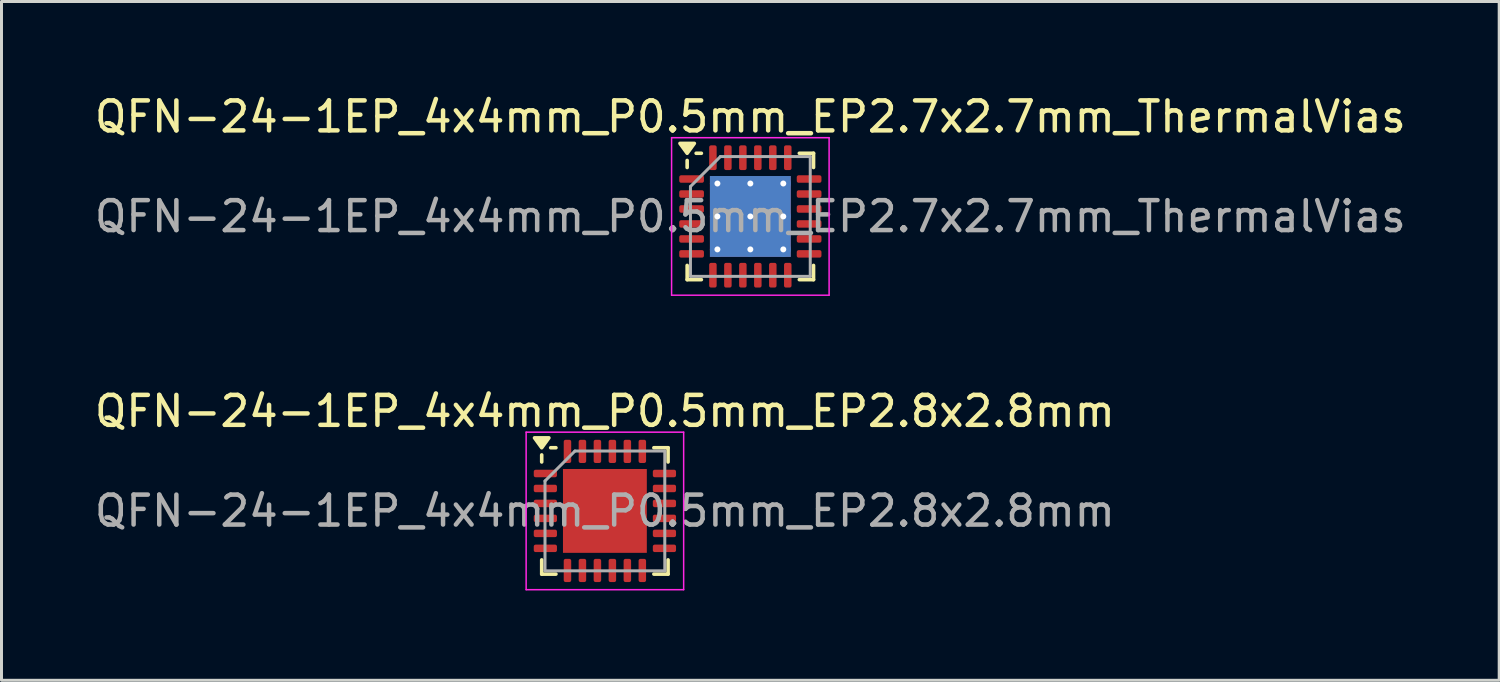
<source format=kicad_pcb>
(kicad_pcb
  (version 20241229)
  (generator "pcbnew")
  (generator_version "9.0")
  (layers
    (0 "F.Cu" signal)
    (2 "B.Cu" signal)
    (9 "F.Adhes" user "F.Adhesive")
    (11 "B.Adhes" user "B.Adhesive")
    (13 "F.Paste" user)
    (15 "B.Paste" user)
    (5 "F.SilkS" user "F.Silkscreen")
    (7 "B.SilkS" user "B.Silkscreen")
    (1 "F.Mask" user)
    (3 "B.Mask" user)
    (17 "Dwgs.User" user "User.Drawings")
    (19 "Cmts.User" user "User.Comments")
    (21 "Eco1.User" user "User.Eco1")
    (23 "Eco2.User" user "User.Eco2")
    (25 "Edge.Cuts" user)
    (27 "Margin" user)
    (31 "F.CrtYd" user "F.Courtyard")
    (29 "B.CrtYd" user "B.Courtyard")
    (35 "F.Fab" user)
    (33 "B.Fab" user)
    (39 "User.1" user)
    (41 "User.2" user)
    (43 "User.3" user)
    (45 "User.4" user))
  (footprint "QFN-24-1EP_4x4mm_P0.5mm_EP2.7x2.7mm_ThermalVias"
    (layer "F.Cu")
    (at 22.006 4.178)
    (property "Reference" "QFN-24-1EP_4x4mm_P0.5mm_EP2.7x2.7mm_ThermalVias" (at 0 -3.33 0) (layer "F.SilkS") (effects (font (size 1 1) (thickness 0.15))))
    (attr smd)
    (fp_line (start -2.11 -1.635) (end -2.11 -1.87) (stroke (width 0.12) (type solid)) (layer "F.SilkS"))
    (fp_line (start -2.11 2.11) (end -2.11 1.635) (stroke (width 0.12) (type solid)) (layer "F.SilkS"))
    (fp_line (start -1.635 -2.11) (end -1.81 -2.11) (stroke (width 0.12) (type solid)) (layer "F.SilkS"))
    (fp_line (start -1.635 2.11) (end -2.11 2.11) (stroke (width 0.12) (type solid)) (layer "F.SilkS"))
    (fp_line (start 1.635 -2.11) (end 2.11 -2.11) (stroke (width 0.12) (type solid)) (layer "F.SilkS"))
    (fp_line (start 1.635 2.11) (end 2.11 2.11) (stroke (width 0.12) (type solid)) (layer "F.SilkS"))
    (fp_line (start 2.11 -2.11) (end 2.11 -1.635) (stroke (width 0.12) (type solid)) (layer "F.SilkS"))
    (fp_line (start 2.11 2.11) (end 2.11 1.635) (stroke (width 0.12) (type solid)) (layer "F.SilkS"))
    (fp_poly (pts (xy -2.11 -2.11) (xy -2.35 -2.44) (xy -1.87 -2.44) (xy -2.11 -2.11)) (stroke (width 0.12) (type solid)) (fill yes) (layer "F.SilkS"))
    (fp_line (start -2.63 -2.63) (end -2.63 2.63) (stroke (width 0.05) (type solid)) (layer "F.CrtYd"))
    (fp_line (start -2.63 2.63) (end 2.63 2.63) (stroke (width 0.05) (type solid)) (layer "F.CrtYd"))
    (fp_line (start 2.63 -2.63) (end -2.63 -2.63) (stroke (width 0.05) (type solid)) (layer "F.CrtYd"))
    (fp_line (start 2.63 2.63) (end 2.63 -2.63) (stroke (width 0.05) (type solid)) (layer "F.CrtYd"))
    (fp_line (start -2 -1) (end -1 -2) (stroke (width 0.1) (type solid)) (layer "F.Fab"))
    (fp_line (start -2 2) (end -2 -1) (stroke (width 0.1) (type solid)) (layer "F.Fab"))
    (fp_line (start -1 -2) (end 2 -2) (stroke (width 0.1) (type solid)) (layer "F.Fab"))
    (fp_line (start 2 -2) (end 2 2) (stroke (width 0.1) (type solid)) (layer "F.Fab"))
    (fp_line (start 2 2) (end -2 2) (stroke (width 0.1) (type solid)) (layer "F.Fab"))
    (fp_text user "${REFERENCE}" (at 0 0 0) (layer "F.Fab") (effects (font (size 1 1) (thickness 0.15))))
    (pad "" smd roundrect (at -0.675 -0.675) (size 1.17 1.17) (layers "F.Paste") (roundrect_rratio 0.214))
    (pad "" smd roundrect (at -0.675 0.675) (size 1.17 1.17) (layers "F.Paste") (roundrect_rratio 0.214))
    (pad "" smd roundrect (at 0.675 -0.675) (size 1.17 1.17) (layers "F.Paste") (roundrect_rratio 0.214))
    (pad "" smd roundrect (at 0.675 0.675) (size 1.17 1.17) (layers "F.Paste") (roundrect_rratio 0.214))
    (pad "1" smd roundrect (at -1.962 -1.25) (size 0.825 0.25) (layers "F.Cu" "F.Mask" "F.Paste") (roundrect_rratio 0.25))
    (pad "2" smd roundrect (at -1.962 -0.75) (size 0.825 0.25) (layers "F.Cu" "F.Mask" "F.Paste") (roundrect_rratio 0.25))
    (pad "3" smd roundrect (at -1.962 -0.25) (size 0.825 0.25) (layers "F.Cu" "F.Mask" "F.Paste") (roundrect_rratio 0.25))
    (pad "4" smd roundrect (at -1.962 0.25) (size 0.825 0.25) (layers "F.Cu" "F.Mask" "F.Paste") (roundrect_rratio 0.25))
    (pad "5" smd roundrect (at -1.962 0.75) (size 0.825 0.25) (layers "F.Cu" "F.Mask" "F.Paste") (roundrect_rratio 0.25))
    (pad "6" smd roundrect (at -1.962 1.25) (size 0.825 0.25) (layers "F.Cu" "F.Mask" "F.Paste") (roundrect_rratio 0.25))
    (pad "7" smd roundrect (at -1.25 1.962) (size 0.25 0.825) (layers "F.Cu" "F.Mask" "F.Paste") (roundrect_rratio 0.25))
    (pad "8" smd roundrect (at -0.75 1.962) (size 0.25 0.825) (layers "F.Cu" "F.Mask" "F.Paste") (roundrect_rratio 0.25))
    (pad "9" smd roundrect (at -0.25 1.962) (size 0.25 0.825) (layers "F.Cu" "F.Mask" "F.Paste") (roundrect_rratio 0.25))
    (pad "10" smd roundrect (at 0.25 1.962) (size 0.25 0.825) (layers "F.Cu" "F.Mask" "F.Paste") (roundrect_rratio 0.25))
    (pad "11" smd roundrect (at 0.75 1.962) (size 0.25 0.825) (layers "F.Cu" "F.Mask" "F.Paste") (roundrect_rratio 0.25))
    (pad "12" smd roundrect (at 1.25 1.962) (size 0.25 0.825) (layers "F.Cu" "F.Mask" "F.Paste") (roundrect_rratio 0.25))
    (pad "13" smd roundrect (at 1.962 1.25) (size 0.825 0.25) (layers "F.Cu" "F.Mask" "F.Paste") (roundrect_rratio 0.25))
    (pad "14" smd roundrect (at 1.962 0.75) (size 0.825 0.25) (layers "F.Cu" "F.Mask" "F.Paste") (roundrect_rratio 0.25))
    (pad "15" smd roundrect (at 1.962 0.25) (size 0.825 0.25) (layers "F.Cu" "F.Mask" "F.Paste") (roundrect_rratio 0.25))
    (pad "16" smd roundrect (at 1.962 -0.25) (size 0.825 0.25) (layers "F.Cu" "F.Mask" "F.Paste") (roundrect_rratio 0.25))
    (pad "17" smd roundrect (at 1.962 -0.75) (size 0.825 0.25) (layers "F.Cu" "F.Mask" "F.Paste") (roundrect_rratio 0.25))
    (pad "18" smd roundrect (at 1.962 -1.25) (size 0.825 0.25) (layers "F.Cu" "F.Mask" "F.Paste") (roundrect_rratio 0.25))
    (pad "19" smd roundrect (at 1.25 -1.962) (size 0.25 0.825) (layers "F.Cu" "F.Mask" "F.Paste") (roundrect_rratio 0.25))
    (pad "20" smd roundrect (at 0.75 -1.962) (size 0.25 0.825) (layers "F.Cu" "F.Mask" "F.Paste") (roundrect_rratio 0.25))
    (pad "21" smd roundrect (at 0.25 -1.962) (size 0.25 0.825) (layers "F.Cu" "F.Mask" "F.Paste") (roundrect_rratio 0.25))
    (pad "22" smd roundrect (at -0.25 -1.962) (size 0.25 0.825) (layers "F.Cu" "F.Mask" "F.Paste") (roundrect_rratio 0.25))
    (pad "23" smd roundrect (at -0.75 -1.962) (size 0.25 0.825) (layers "F.Cu" "F.Mask" "F.Paste") (roundrect_rratio 0.25))
    (pad "24" smd roundrect (at -1.25 -1.962) (size 0.25 0.825) (layers "F.Cu" "F.Mask" "F.Paste") (roundrect_rratio 0.25))
    (pad "25" thru_hole circle (at -1.1 -1.1) (size 0.5 0.5) (drill 0.2) (property pad_prop_heatsink) (layers "*.Cu"))
    (pad "25" thru_hole circle (at -1.1 0) (size 0.5 0.5) (drill 0.2) (property pad_prop_heatsink) (layers "*.Cu"))
    (pad "25" thru_hole circle (at -1.1 1.1) (size 0.5 0.5) (drill 0.2) (property pad_prop_heatsink) (layers "*.Cu"))
    (pad "25" thru_hole circle (at 0 -1.1) (size 0.5 0.5) (drill 0.2) (property pad_prop_heatsink) (layers "*.Cu"))
    (pad "25" thru_hole circle (at 0 0) (size 0.5 0.5) (drill 0.2) (property pad_prop_heatsink) (layers "*.Cu"))
    (pad "25" smd rect (at 0 0) (size 2.7 2.7) (property pad_prop_heatsink) (layers "F.Cu" "F.Mask"))
    (pad "25" smd rect (at 0 0) (size 2.7 2.7) (property pad_prop_heatsink) (layers "B.Cu"))
    (pad "25" thru_hole circle (at 0 1.1) (size 0.5 0.5) (drill 0.2) (property pad_prop_heatsink) (layers "*.Cu"))
    (pad "25" thru_hole circle (at 1.1 -1.1) (size 0.5 0.5) (drill 0.2) (property pad_prop_heatsink) (layers "*.Cu"))
    (pad "25" thru_hole circle (at 1.1 0) (size 0.5 0.5) (drill 0.2) (property pad_prop_heatsink) (layers "*.Cu"))
    (pad "25" thru_hole circle (at 1.1 1.1) (size 0.5 0.5) (drill 0.2) (property pad_prop_heatsink) (layers "*.Cu")))
  (footprint "QFN-24-1EP_4x4mm_P0.5mm_EP2.8x2.8mm"
    (layer "F.Cu")
    (at 17.149 14.011)
    (property "Reference" "QFN-24-1EP_4x4mm_P0.5mm_EP2.8x2.8mm" (at 0 -3.33 0) (layer "F.SilkS") (effects (font (size 1 1) (thickness 0.15))))
    (attr smd)
    (fp_line (start -2.11 -1.635) (end -2.11 -1.87) (stroke (width 0.12) (type solid)) (layer "F.SilkS"))
    (fp_line (start -2.11 2.11) (end -2.11 1.635) (stroke (width 0.12) (type solid)) (layer "F.SilkS"))
    (fp_line (start -1.635 -2.11) (end -1.81 -2.11) (stroke (width 0.12) (type solid)) (layer "F.SilkS"))
    (fp_line (start -1.635 2.11) (end -2.11 2.11) (stroke (width 0.12) (type solid)) (layer "F.SilkS"))
    (fp_line (start 1.635 -2.11) (end 2.11 -2.11) (stroke (width 0.12) (type solid)) (layer "F.SilkS"))
    (fp_line (start 1.635 2.11) (end 2.11 2.11) (stroke (width 0.12) (type solid)) (layer "F.SilkS"))
    (fp_line (start 2.11 -2.11) (end 2.11 -1.635) (stroke (width 0.12) (type solid)) (layer "F.SilkS"))
    (fp_line (start 2.11 2.11) (end 2.11 1.635) (stroke (width 0.12) (type solid)) (layer "F.SilkS"))
    (fp_poly (pts (xy -2.11 -2.11) (xy -2.35 -2.44) (xy -1.87 -2.44) (xy -2.11 -2.11)) (stroke (width 0.12) (type solid)) (fill yes) (layer "F.SilkS"))
    (fp_line (start -2.63 -2.63) (end -2.63 2.63) (stroke (width 0.05) (type solid)) (layer "F.CrtYd"))
    (fp_line (start -2.63 2.63) (end 2.63 2.63) (stroke (width 0.05) (type solid)) (layer "F.CrtYd"))
    (fp_line (start 2.63 -2.63) (end -2.63 -2.63) (stroke (width 0.05) (type solid)) (layer "F.CrtYd"))
    (fp_line (start 2.63 2.63) (end 2.63 -2.63) (stroke (width 0.05) (type solid)) (layer "F.CrtYd"))
    (fp_line (start -2 -1) (end -1 -2) (stroke (width 0.1) (type solid)) (layer "F.Fab"))
    (fp_line (start -2 2) (end -2 -1) (stroke (width 0.1) (type solid)) (layer "F.Fab"))
    (fp_line (start -1 -2) (end 2 -2) (stroke (width 0.1) (type solid)) (layer "F.Fab"))
    (fp_line (start 2 -2) (end 2 2) (stroke (width 0.1) (type solid)) (layer "F.Fab"))
    (fp_line (start 2 2) (end -2 2) (stroke (width 0.1) (type solid)) (layer "F.Fab"))
    (fp_text user "${REFERENCE}" (at 0 0 0) (layer "F.Fab") (effects (font (size 1 1) (thickness 0.15))))
    (pad "" smd roundrect (at -0.7 -0.7) (size 1.13 1.13) (layers "F.Paste") (roundrect_rratio 0.221))
    (pad "" smd roundrect (at -0.7 0.7) (size 1.13 1.13) (layers "F.Paste") (roundrect_rratio 0.221))
    (pad "" smd roundrect (at 0.7 -0.7) (size 1.13 1.13) (layers "F.Paste") (roundrect_rratio 0.221))
    (pad "" smd roundrect (at 0.7 0.7) (size 1.13 1.13) (layers "F.Paste") (roundrect_rratio 0.221))
    (pad "1" smd roundrect (at -1.988 -1.25) (size 0.775 0.25) (layers "F.Cu" "F.Mask" "F.Paste") (roundrect_rratio 0.25))
    (pad "2" smd roundrect (at -1.988 -0.75) (size 0.775 0.25) (layers "F.Cu" "F.Mask" "F.Paste") (roundrect_rratio 0.25))
    (pad "3" smd roundrect (at -1.988 -0.25) (size 0.775 0.25) (layers "F.Cu" "F.Mask" "F.Paste") (roundrect_rratio 0.25))
    (pad "4" smd roundrect (at -1.988 0.25) (size 0.775 0.25) (layers "F.Cu" "F.Mask" "F.Paste") (roundrect_rratio 0.25))
    (pad "5" smd roundrect (at -1.988 0.75) (size 0.775 0.25) (layers "F.Cu" "F.Mask" "F.Paste") (roundrect_rratio 0.25))
    (pad "6" smd roundrect (at -1.988 1.25) (size 0.775 0.25) (layers "F.Cu" "F.Mask" "F.Paste") (roundrect_rratio 0.25))
    (pad "7" smd roundrect (at -1.25 1.988) (size 0.25 0.775) (layers "F.Cu" "F.Mask" "F.Paste") (roundrect_rratio 0.25))
    (pad "8" smd roundrect (at -0.75 1.988) (size 0.25 0.775) (layers "F.Cu" "F.Mask" "F.Paste") (roundrect_rratio 0.25))
    (pad "9" smd roundrect (at -0.25 1.988) (size 0.25 0.775) (layers "F.Cu" "F.Mask" "F.Paste") (roundrect_rratio 0.25))
    (pad "10" smd roundrect (at 0.25 1.988) (size 0.25 0.775) (layers "F.Cu" "F.Mask" "F.Paste") (roundrect_rratio 0.25))
    (pad "11" smd roundrect (at 0.75 1.988) (size 0.25 0.775) (layers "F.Cu" "F.Mask" "F.Paste") (roundrect_rratio 0.25))
    (pad "12" smd roundrect (at 1.25 1.988) (size 0.25 0.775) (layers "F.Cu" "F.Mask" "F.Paste") (roundrect_rratio 0.25))
    (pad "13" smd roundrect (at 1.988 1.25) (size 0.775 0.25) (layers "F.Cu" "F.Mask" "F.Paste") (roundrect_rratio 0.25))
    (pad "14" smd roundrect (at 1.988 0.75) (size 0.775 0.25) (layers "F.Cu" "F.Mask" "F.Paste") (roundrect_rratio 0.25))
    (pad "15" smd roundrect (at 1.988 0.25) (size 0.775 0.25) (layers "F.Cu" "F.Mask" "F.Paste") (roundrect_rratio 0.25))
    (pad "16" smd roundrect (at 1.988 -0.25) (size 0.775 0.25) (layers "F.Cu" "F.Mask" "F.Paste") (roundrect_rratio 0.25))
    (pad "17" smd roundrect (at 1.988 -0.75) (size 0.775 0.25) (layers "F.Cu" "F.Mask" "F.Paste") (roundrect_rratio 0.25))
    (pad "18" smd roundrect (at 1.988 -1.25) (size 0.775 0.25) (layers "F.Cu" "F.Mask" "F.Paste") (roundrect_rratio 0.25))
    (pad "19" smd roundrect (at 1.25 -1.988) (size 0.25 0.775) (layers "F.Cu" "F.Mask" "F.Paste") (roundrect_rratio 0.25))
    (pad "20" smd roundrect (at 0.75 -1.988) (size 0.25 0.775) (layers "F.Cu" "F.Mask" "F.Paste") (roundrect_rratio 0.25))
    (pad "21" smd roundrect (at 0.25 -1.988) (size 0.25 0.775) (layers "F.Cu" "F.Mask" "F.Paste") (roundrect_rratio 0.25))
    (pad "22" smd roundrect (at -0.25 -1.988) (size 0.25 0.775) (layers "F.Cu" "F.Mask" "F.Paste") (roundrect_rratio 0.25))
    (pad "23" smd roundrect (at -0.75 -1.988) (size 0.25 0.775) (layers "F.Cu" "F.Mask" "F.Paste") (roundrect_rratio 0.25))
    (pad "24" smd roundrect (at -1.25 -1.988) (size 0.25 0.775) (layers "F.Cu" "F.Mask" "F.Paste") (roundrect_rratio 0.25))
    (pad "25" smd rect (at 0 0) (size 2.8 2.8) (property pad_prop_heatsink) (layers "F.Cu" "F.Mask")))
  (gr_rect
    (start -3 -3)
    (end 47.012 19.666)
    (stroke (width 0.1) (type default))
    (fill no)
    (layer "Edge.Cuts")))
</source>
